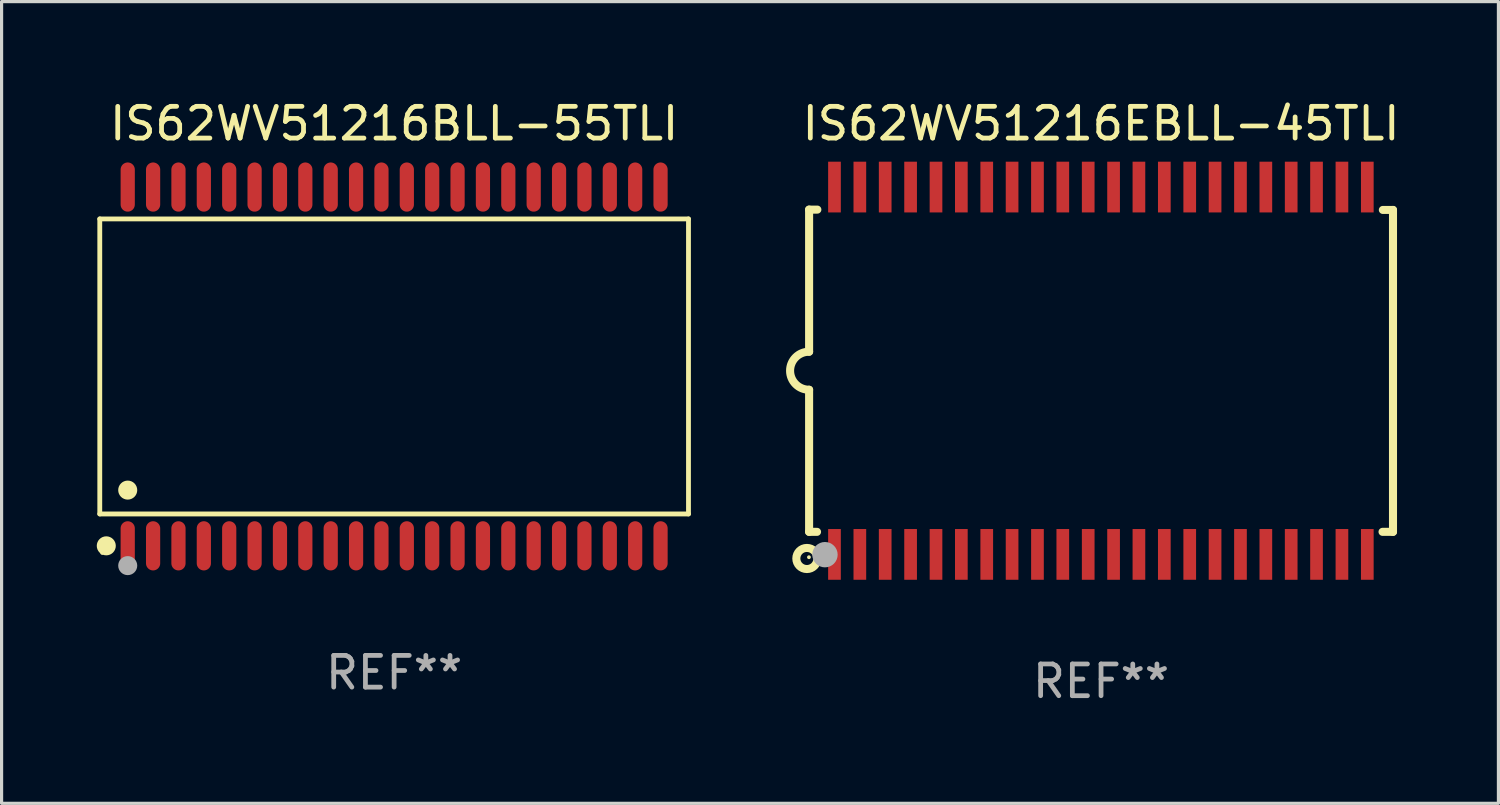
<source format=kicad_pcb>
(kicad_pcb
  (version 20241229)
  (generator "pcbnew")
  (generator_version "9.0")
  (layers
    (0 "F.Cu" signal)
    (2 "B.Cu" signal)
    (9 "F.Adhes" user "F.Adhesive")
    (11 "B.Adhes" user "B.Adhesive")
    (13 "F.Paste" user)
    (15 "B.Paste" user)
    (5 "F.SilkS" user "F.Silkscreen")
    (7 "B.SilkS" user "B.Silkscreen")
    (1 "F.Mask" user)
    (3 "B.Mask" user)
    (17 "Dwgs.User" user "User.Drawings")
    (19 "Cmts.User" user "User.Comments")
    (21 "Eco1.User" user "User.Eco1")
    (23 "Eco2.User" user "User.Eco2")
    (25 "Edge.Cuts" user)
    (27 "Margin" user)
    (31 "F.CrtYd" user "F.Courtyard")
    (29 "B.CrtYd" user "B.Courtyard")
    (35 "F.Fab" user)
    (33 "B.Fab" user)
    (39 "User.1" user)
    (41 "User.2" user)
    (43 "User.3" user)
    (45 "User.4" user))
  (footprint "IS62WV51216EBLL-45TLI"
    (layer "F.Cu")
    (at 31.666 8.639)
    (property "Reference" "IS62WV51216EBLL-45TLI" (at 0 -7.791 0) (layer "F.SilkS") (effects (font (size 1 1) (thickness 0.15))))
    (attr through_hole)
    (fp_line (start -9.205 -5.08) (end -9.205 -0.6) (stroke (width 0.254) (type solid)) (layer "F.SilkS"))
    (fp_line (start -9.205 5.08) (end -9.205 0.6) (stroke (width 0.254) (type solid)) (layer "F.SilkS"))
    (fp_line (start -8.955 5.08) (end -9.205 5.08) (stroke (width 0.254) (type solid)) (layer "F.SilkS"))
    (fp_line (start -8.945 -5.08) (end -9.205 -5.08) (stroke (width 0.254) (type solid)) (layer "F.SilkS"))
    (fp_line (start 8.885 -5.07) (end 9.205 -5.07) (stroke (width 0.254) (type solid)) (layer "F.SilkS"))
    (fp_line (start 9.205 -5.07) (end 9.205 5.08) (stroke (width 0.254) (type solid)) (layer "F.SilkS"))
    (fp_line (start 9.205 5.08) (end 8.875 5.08) (stroke (width 0.254) (type solid)) (layer "F.SilkS"))
    (fp_arc (start -9.204978 0.6) (mid -9.804623 0.000241) (end -9.204902 -0.599442) (stroke (width 0.254001) (type solid)) (layer "F.SilkS"))
    (fp_circle (center -9.275 5.92) (end -8.942 5.92) (stroke (width 0.254) (type solid)) (fill no) (layer "F.SilkS"))
    (fp_circle (center -9.21 5.88) (end -9.18 5.88) (stroke (width 0.06) (type solid)) (fill no) (layer "F.SilkS"))
    (fp_circle (center -8.705 5.8) (end -8.505 5.8) (stroke (width 0.4) (type solid)) (fill no) (layer "F.Fab"))
    (fp_text user "REF**" (at 0 9.791 0) (layer "F.Fab") (effects (font (size 1 1) (thickness 0.15))))
    (pad "1" smd rect (at -8.405 5.791) (size 0.4 1.6) (layers "F.Cu" "F.Mask" "F.Paste"))
    (pad "2" smd rect (at -7.605 5.791) (size 0.4 1.6) (layers "F.Cu" "F.Mask" "F.Paste"))
    (pad "3" smd rect (at -6.806 5.791) (size 0.4 1.6) (layers "F.Cu" "F.Mask" "F.Paste"))
    (pad "4" smd rect (at -6.005 5.791) (size 0.4 1.6) (layers "F.Cu" "F.Mask" "F.Paste"))
    (pad "5" smd rect (at -5.204 5.791) (size 0.4 1.6) (layers "F.Cu" "F.Mask" "F.Paste"))
    (pad "6" smd rect (at -4.405 5.791) (size 0.4 1.6) (layers "F.Cu" "F.Mask" "F.Paste"))
    (pad "7" smd rect (at -3.604 5.791) (size 0.4 1.6) (layers "F.Cu" "F.Mask" "F.Paste"))
    (pad "8" smd rect (at -2.805 5.791) (size 0.4 1.6) (layers "F.Cu" "F.Mask" "F.Paste"))
    (pad "9" smd rect (at -2.005 5.791) (size 0.4 1.6) (layers "F.Cu" "F.Mask" "F.Paste"))
    (pad "10" smd rect (at -1.206 5.791) (size 0.4 1.6) (layers "F.Cu" "F.Mask" "F.Paste"))
    (pad "11" smd rect (at -0.405 5.791) (size 0.4 1.6) (layers "F.Cu" "F.Mask" "F.Paste"))
    (pad "12" smd rect (at 0.395 5.791) (size 0.4 1.6) (layers "F.Cu" "F.Mask" "F.Paste"))
    (pad "13" smd rect (at 1.194 5.791) (size 0.4 1.6) (layers "F.Cu" "F.Mask" "F.Paste"))
    (pad "14" smd rect (at 1.995 5.791) (size 0.4 1.6) (layers "F.Cu" "F.Mask" "F.Paste"))
    (pad "15" smd rect (at 2.796 5.791) (size 0.4 1.6) (layers "F.Cu" "F.Mask" "F.Paste"))
    (pad "16" smd rect (at 3.595 5.791) (size 0.4 1.6) (layers "F.Cu" "F.Mask" "F.Paste"))
    (pad "17" smd rect (at 4.396 5.791) (size 0.4 1.6) (layers "F.Cu" "F.Mask" "F.Paste"))
    (pad "18" smd rect (at 5.196 5.791) (size 0.4 1.6) (layers "F.Cu" "F.Mask" "F.Paste"))
    (pad "19" smd rect (at 5.995 5.791) (size 0.4 1.6) (layers "F.Cu" "F.Mask" "F.Paste"))
    (pad "20" smd rect (at 6.794 5.791) (size 0.4 1.6) (layers "F.Cu" "F.Mask" "F.Paste"))
    (pad "21" smd rect (at 7.595 5.791) (size 0.4 1.6) (layers "F.Cu" "F.Mask" "F.Paste"))
    (pad "22" smd rect (at 8.395 5.791) (size 0.4 1.6) (layers "F.Cu" "F.Mask" "F.Paste"))
    (pad "23" smd rect (at 8.395 -5.791) (size 0.4 1.6) (layers "F.Cu" "F.Mask" "F.Paste"))
    (pad "24" smd rect (at 7.595 -5.791) (size 0.4 1.6) (layers "F.Cu" "F.Mask" "F.Paste"))
    (pad "25" smd rect (at 6.794 -5.791) (size 0.4 1.6) (layers "F.Cu" "F.Mask" "F.Paste"))
    (pad "26" smd rect (at 5.995 -5.791) (size 0.4 1.6) (layers "F.Cu" "F.Mask" "F.Paste"))
    (pad "27" smd rect (at 5.196 -5.791) (size 0.4 1.6) (layers "F.Cu" "F.Mask" "F.Paste"))
    (pad "28" smd rect (at 4.396 -5.791) (size 0.4 1.6) (layers "F.Cu" "F.Mask" "F.Paste"))
    (pad "29" smd rect (at 3.595 -5.791) (size 0.4 1.6) (layers "F.Cu" "F.Mask" "F.Paste"))
    (pad "30" smd rect (at 2.796 -5.791) (size 0.4 1.6) (layers "F.Cu" "F.Mask" "F.Paste"))
    (pad "31" smd rect (at 1.995 -5.791) (size 0.4 1.6) (layers "F.Cu" "F.Mask" "F.Paste"))
    (pad "32" smd rect (at 1.194 -5.791) (size 0.4 1.6) (layers "F.Cu" "F.Mask" "F.Paste"))
    (pad "33" smd rect (at 0.395 -5.791) (size 0.4 1.6) (layers "F.Cu" "F.Mask" "F.Paste"))
    (pad "34" smd rect (at -0.405 -5.791) (size 0.4 1.6) (layers "F.Cu" "F.Mask" "F.Paste"))
    (pad "35" smd rect (at -1.206 -5.791) (size 0.4 1.6) (layers "F.Cu" "F.Mask" "F.Paste"))
    (pad "36" smd rect (at -2.005 -5.791) (size 0.4 1.6) (layers "F.Cu" "F.Mask" "F.Paste"))
    (pad "37" smd rect (at -2.805 -5.791) (size 0.4 1.6) (layers "F.Cu" "F.Mask" "F.Paste"))
    (pad "38" smd rect (at -3.604 -5.791) (size 0.4 1.6) (layers "F.Cu" "F.Mask" "F.Paste"))
    (pad "39" smd rect (at -4.405 -5.791) (size 0.4 1.6) (layers "F.Cu" "F.Mask" "F.Paste"))
    (pad "40" smd rect (at -5.204 -5.791) (size 0.4 1.6) (layers "F.Cu" "F.Mask" "F.Paste"))
    (pad "41" smd rect (at -6.005 -5.791) (size 0.4 1.6) (layers "F.Cu" "F.Mask" "F.Paste"))
    (pad "42" smd rect (at -6.806 -5.791) (size 0.4 1.6) (layers "F.Cu" "F.Mask" "F.Paste"))
    (pad "43" smd rect (at -7.605 -5.791) (size 0.4 1.6) (layers "F.Cu" "F.Mask" "F.Paste"))
    (pad "44" smd rect (at -8.405 -5.791) (size 0.4 1.6) (layers "F.Cu" "F.Mask" "F.Paste")))
  (footprint "IS62WV51216BLL-55TLI"
    (layer "F.Cu")
    (at 9.377 8.504)
    (property "Reference" "IS62WV51216BLL-55TLI" (at 0 -7.656 0) (layer "F.SilkS") (effects (font (size 1 1) (thickness 0.15))))
    (attr through_hole)
    (fp_line (start -9.281 -4.651) (end 9.281 -4.651) (stroke (width 0.152) (type solid)) (layer "F.SilkS"))
    (fp_line (start -9.281 4.651) (end -9.281 -4.651) (stroke (width 0.152) (type solid)) (layer "F.SilkS"))
    (fp_line (start 9.281 -4.651) (end 9.281 4.651) (stroke (width 0.152) (type solid)) (layer "F.SilkS"))
    (fp_line (start 9.281 4.651) (end -9.281 4.651) (stroke (width 0.152) (type solid)) (layer "F.SilkS"))
    (fp_circle (center -9.205 5.88) (end -9.175 5.88) (stroke (width 0.06) (type solid)) (fill no) (layer "F.SilkS"))
    (fp_circle (center -9.076 5.656) (end -8.926 5.656) (stroke (width 0.3) (type solid)) (fill no) (layer "F.SilkS"))
    (fp_circle (center -8.4 3.899) (end -8.25 3.899) (stroke (width 0.3) (type solid)) (fill no) (layer "F.SilkS"))
    (fp_circle (center -8.4 6.28) (end -8.25 6.28) (stroke (width 0.3) (type solid)) (fill no) (layer "F.Fab"))
    (fp_text user "REF**" (at 0 9.656 0) (layer "F.Fab") (effects (font (size 1 1) (thickness 0.15))))
    (pad "1" smd oval (at -8.4 5.656) (size 0.448 1.551) (layers "F.Cu" "F.Mask" "F.Paste"))
    (pad "2" smd oval (at -7.6 5.656) (size 0.448 1.551) (layers "F.Cu" "F.Mask" "F.Paste"))
    (pad "3" smd oval (at -6.8 5.656) (size 0.448 1.551) (layers "F.Cu" "F.Mask" "F.Paste"))
    (pad "4" smd oval (at -6 5.656) (size 0.448 1.551) (layers "F.Cu" "F.Mask" "F.Paste"))
    (pad "5" smd oval (at -5.2 5.656) (size 0.448 1.551) (layers "F.Cu" "F.Mask" "F.Paste"))
    (pad "6" smd oval (at -4.4 5.656) (size 0.448 1.551) (layers "F.Cu" "F.Mask" "F.Paste"))
    (pad "7" smd oval (at -3.6 5.656) (size 0.448 1.551) (layers "F.Cu" "F.Mask" "F.Paste"))
    (pad "8" smd oval (at -2.8 5.656) (size 0.448 1.551) (layers "F.Cu" "F.Mask" "F.Paste"))
    (pad "9" smd oval (at -2 5.656) (size 0.448 1.551) (layers "F.Cu" "F.Mask" "F.Paste"))
    (pad "10" smd oval (at -1.2 5.656) (size 0.448 1.551) (layers "F.Cu" "F.Mask" "F.Paste"))
    (pad "11" smd oval (at -0.4 5.656) (size 0.448 1.551) (layers "F.Cu" "F.Mask" "F.Paste"))
    (pad "12" smd oval (at 0.4 5.656) (size 0.448 1.551) (layers "F.Cu" "F.Mask" "F.Paste"))
    (pad "13" smd oval (at 1.2 5.656) (size 0.448 1.551) (layers "F.Cu" "F.Mask" "F.Paste"))
    (pad "14" smd oval (at 2 5.656) (size 0.448 1.551) (layers "F.Cu" "F.Mask" "F.Paste"))
    (pad "15" smd oval (at 2.8 5.656) (size 0.448 1.551) (layers "F.Cu" "F.Mask" "F.Paste"))
    (pad "16" smd oval (at 3.6 5.656) (size 0.448 1.551) (layers "F.Cu" "F.Mask" "F.Paste"))
    (pad "17" smd oval (at 4.4 5.656) (size 0.448 1.551) (layers "F.Cu" "F.Mask" "F.Paste"))
    (pad "18" smd oval (at 5.2 5.656) (size 0.448 1.551) (layers "F.Cu" "F.Mask" "F.Paste"))
    (pad "19" smd oval (at 6 5.656) (size 0.448 1.551) (layers "F.Cu" "F.Mask" "F.Paste"))
    (pad "20" smd oval (at 6.8 5.656) (size 0.448 1.551) (layers "F.Cu" "F.Mask" "F.Paste"))
    (pad "21" smd oval (at 7.6 5.656) (size 0.448 1.551) (layers "F.Cu" "F.Mask" "F.Paste"))
    (pad "22" smd oval (at 8.4 5.656) (size 0.448 1.551) (layers "F.Cu" "F.Mask" "F.Paste"))
    (pad "23" smd oval (at 8.4 -5.656) (size 0.448 1.551) (layers "F.Cu" "F.Mask" "F.Paste"))
    (pad "24" smd oval (at 7.6 -5.656) (size 0.448 1.551) (layers "F.Cu" "F.Mask" "F.Paste"))
    (pad "25" smd oval (at 6.8 -5.656) (size 0.448 1.551) (layers "F.Cu" "F.Mask" "F.Paste"))
    (pad "26" smd oval (at 6 -5.656) (size 0.448 1.551) (layers "F.Cu" "F.Mask" "F.Paste"))
    (pad "27" smd oval (at 5.2 -5.656) (size 0.448 1.551) (layers "F.Cu" "F.Mask" "F.Paste"))
    (pad "28" smd oval (at 4.4 -5.656) (size 0.448 1.551) (layers "F.Cu" "F.Mask" "F.Paste"))
    (pad "29" smd oval (at 3.6 -5.656) (size 0.448 1.551) (layers "F.Cu" "F.Mask" "F.Paste"))
    (pad "30" smd oval (at 2.8 -5.656) (size 0.448 1.551) (layers "F.Cu" "F.Mask" "F.Paste"))
    (pad "31" smd oval (at 2 -5.656) (size 0.448 1.551) (layers "F.Cu" "F.Mask" "F.Paste"))
    (pad "32" smd oval (at 1.2 -5.656) (size 0.448 1.551) (layers "F.Cu" "F.Mask" "F.Paste"))
    (pad "33" smd oval (at 0.4 -5.656) (size 0.448 1.551) (layers "F.Cu" "F.Mask" "F.Paste"))
    (pad "34" smd oval (at -0.4 -5.656) (size 0.448 1.551) (layers "F.Cu" "F.Mask" "F.Paste"))
    (pad "35" smd oval (at -1.2 -5.656) (size 0.448 1.551) (layers "F.Cu" "F.Mask" "F.Paste"))
    (pad "36" smd oval (at -2 -5.656) (size 0.448 1.551) (layers "F.Cu" "F.Mask" "F.Paste"))
    (pad "37" smd oval (at -2.8 -5.656) (size 0.448 1.551) (layers "F.Cu" "F.Mask" "F.Paste"))
    (pad "38" smd oval (at -3.6 -5.656) (size 0.448 1.551) (layers "F.Cu" "F.Mask" "F.Paste"))
    (pad "39" smd oval (at -4.4 -5.656) (size 0.448 1.551) (layers "F.Cu" "F.Mask" "F.Paste"))
    (pad "40" smd oval (at -5.2 -5.656) (size 0.448 1.551) (layers "F.Cu" "F.Mask" "F.Paste"))
    (pad "41" smd oval (at -6 -5.656) (size 0.448 1.551) (layers "F.Cu" "F.Mask" "F.Paste"))
    (pad "42" smd oval (at -6.8 -5.656) (size 0.448 1.551) (layers "F.Cu" "F.Mask" "F.Paste"))
    (pad "43" smd oval (at -7.6 -5.656) (size 0.448 1.551) (layers "F.Cu" "F.Mask" "F.Paste"))
    (pad "44" smd oval (at -8.4 -5.656) (size 0.448 1.551) (layers "F.Cu" "F.Mask" "F.Paste")))
  (gr_rect
    (start -3 -3)
    (end 44.195 22.279)
    (stroke (width 0.1) (type default))
    (fill no)
    (layer "Edge.Cuts")))
</source>
